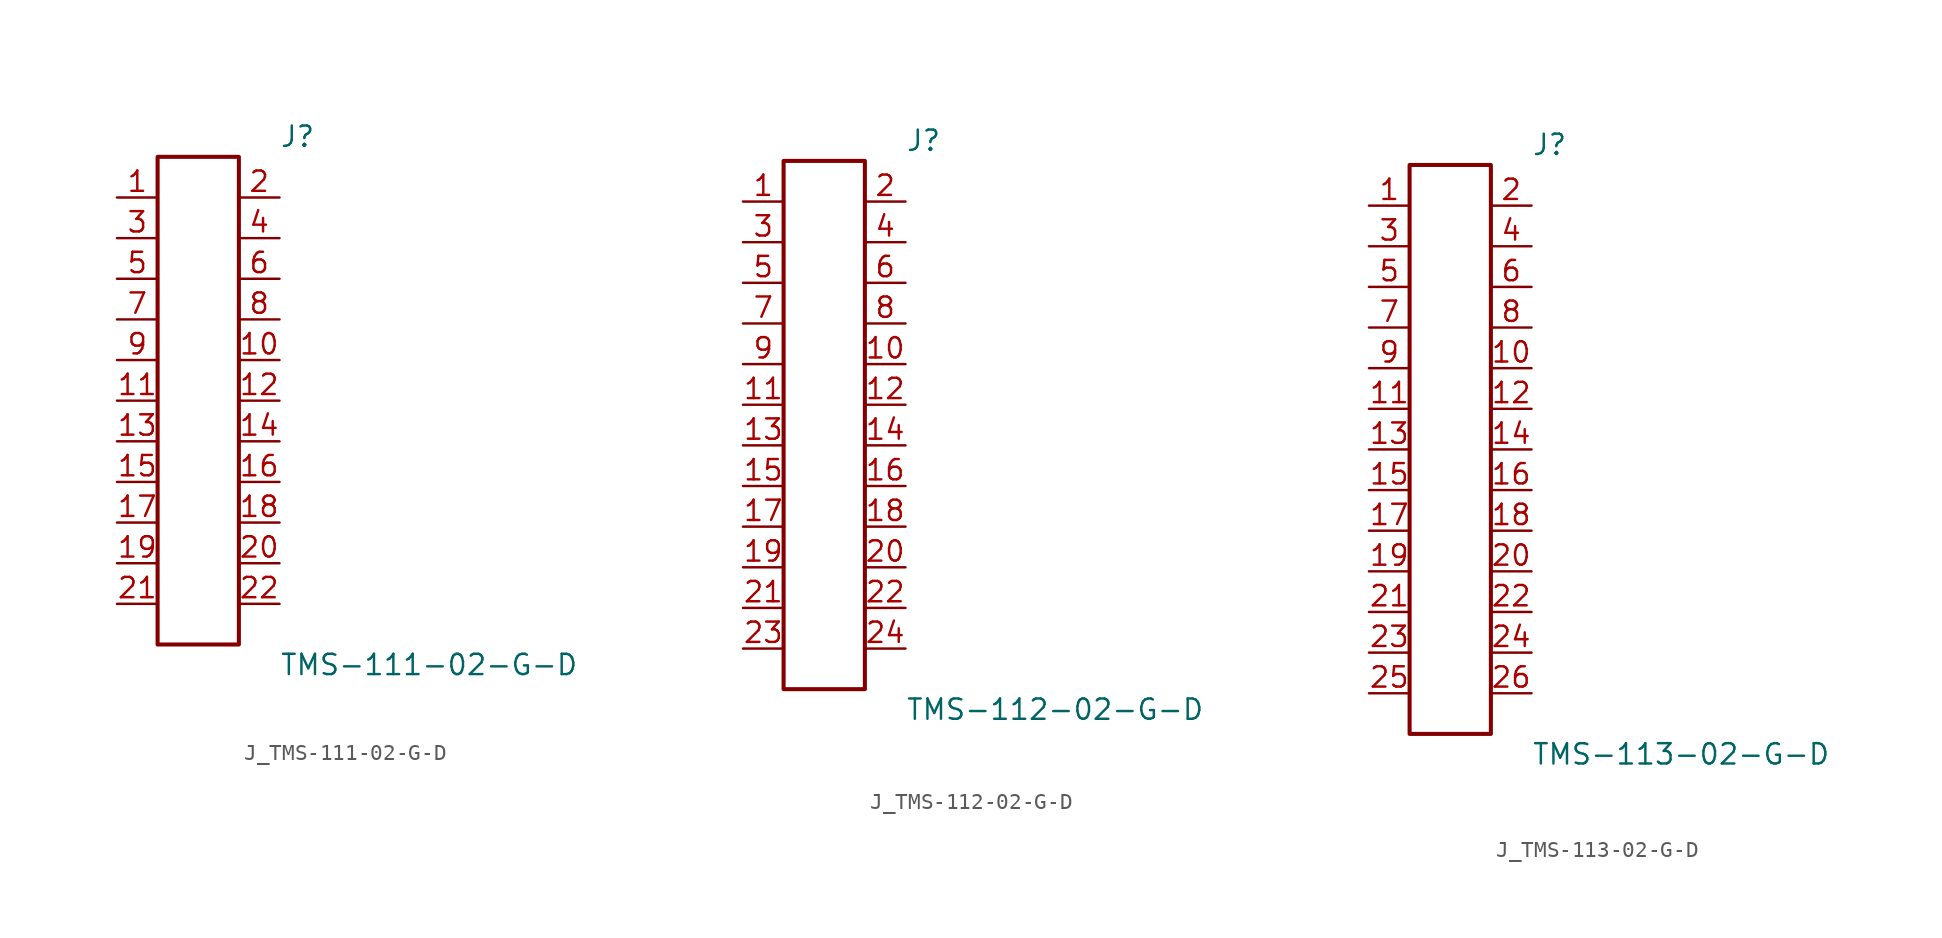
<source format=kicad_sym>
(kicad_symbol_lib
  (version 20231120)
  (generator kicad_symbol_editor)
  (generator_version 8.0)
  (symbol "J_TMS-111-02-G-D"
    (pin_names
      (offset 0.254))
    (property "Reference" "J"
      (at 5.08 16.51 0)
      (effects (font (size 1.27 1.27)) (justify left)))
    (property "Value" "TMS-111-02-G-D"
      (at 5.08 -16.51 0)
      (effects (font (size 1.27 1.27)) (justify left)))
    (symbol "J_TMS-111-02-G-D_0_0"
      (pin unspecified line (at -5.08 12.7 0) (length 2.54) (name "" (effects (font (size 1.27 1.27)))) (number "1" (effects (font (size 1.27 1.27)))))
      (pin unspecified line (at 5.08 12.7 180) (length 2.54) (name "" (effects (font (size 1.27 1.27)))) (number "2" (effects (font (size 1.27 1.27)))))
      (pin unspecified line (at -5.08 10.16 0) (length 2.54) (name "" (effects (font (size 1.27 1.27)))) (number "3" (effects (font (size 1.27 1.27)))))
      (pin unspecified line (at 5.08 10.16 180) (length 2.54) (name "" (effects (font (size 1.27 1.27)))) (number "4" (effects (font (size 1.27 1.27)))))
      (pin unspecified line (at -5.08 7.62 0) (length 2.54) (name "" (effects (font (size 1.27 1.27)))) (number "5" (effects (font (size 1.27 1.27)))))
      (pin unspecified line (at 5.08 7.62 180) (length 2.54) (name "" (effects (font (size 1.27 1.27)))) (number "6" (effects (font (size 1.27 1.27)))))
      (pin unspecified line (at -5.08 5.08 0) (length 2.54) (name "" (effects (font (size 1.27 1.27)))) (number "7" (effects (font (size 1.27 1.27)))))
      (pin unspecified line (at 5.08 5.08 180) (length 2.54) (name "" (effects (font (size 1.27 1.27)))) (number "8" (effects (font (size 1.27 1.27)))))
      (pin unspecified line (at -5.08 2.54 0) (length 2.54) (name "" (effects (font (size 1.27 1.27)))) (number "9" (effects (font (size 1.27 1.27)))))
      (pin unspecified line (at 5.08 2.54 180) (length 2.54) (name "" (effects (font (size 1.27 1.27)))) (number "10" (effects (font (size 1.27 1.27)))))
      (pin unspecified line (at -5.08 0.0 0) (length 2.54) (name "" (effects (font (size 1.27 1.27)))) (number "11" (effects (font (size 1.27 1.27)))))
      (pin unspecified line (at 5.08 0.0 180) (length 2.54) (name "" (effects (font (size 1.27 1.27)))) (number "12" (effects (font (size 1.27 1.27)))))
      (pin unspecified line (at -5.08 -2.54 0) (length 2.54) (name "" (effects (font (size 1.27 1.27)))) (number "13" (effects (font (size 1.27 1.27)))))
      (pin unspecified line (at 5.08 -2.54 180) (length 2.54) (name "" (effects (font (size 1.27 1.27)))) (number "14" (effects (font (size 1.27 1.27)))))
      (pin unspecified line (at -5.08 -5.08 0) (length 2.54) (name "" (effects (font (size 1.27 1.27)))) (number "15" (effects (font (size 1.27 1.27)))))
      (pin unspecified line (at 5.08 -5.08 180) (length 2.54) (name "" (effects (font (size 1.27 1.27)))) (number "16" (effects (font (size 1.27 1.27)))))
      (pin unspecified line (at -5.08 -7.62 0) (length 2.54) (name "" (effects (font (size 1.27 1.27)))) (number "17" (effects (font (size 1.27 1.27)))))
      (pin unspecified line (at 5.08 -7.62 180) (length 2.54) (name "" (effects (font (size 1.27 1.27)))) (number "18" (effects (font (size 1.27 1.27)))))
      (pin unspecified line (at -5.08 -10.16 0) (length 2.54) (name "" (effects (font (size 1.27 1.27)))) (number "19" (effects (font (size 1.27 1.27)))))
      (pin unspecified line (at 5.08 -10.16 180) (length 2.54) (name "" (effects (font (size 1.27 1.27)))) (number "20" (effects (font (size 1.27 1.27)))))
      (pin unspecified line (at -5.08 -12.7 0) (length 2.54) (name "" (effects (font (size 1.27 1.27)))) (number "21" (effects (font (size 1.27 1.27)))))
      (pin unspecified line (at 5.08 -12.7 180) (length 2.54) (name "" (effects (font (size 1.27 1.27)))) (number "22" (effects (font (size 1.27 1.27))))))
    (symbol "J_TMS-111-02-G-D_1_0"
      (rectangle (start -2.54 15.24) (end 2.54 -15.24) (stroke (width 0.254) (type solid)) (fill (type none)))))
  (symbol "J_TMS-112-02-G-D"
    (pin_names
      (offset 0.254))
    (property "Reference" "J"
      (at 5.08 17.78 0)
      (effects (font (size 1.27 1.27)) (justify left)))
    (property "Value" "TMS-112-02-G-D"
      (at 5.08 -17.78 0)
      (effects (font (size 1.27 1.27)) (justify left)))
    (symbol "J_TMS-112-02-G-D_0_0"
      (pin unspecified line (at -5.08 13.97 0) (length 2.54) (name "" (effects (font (size 1.27 1.27)))) (number "1" (effects (font (size 1.27 1.27)))))
      (pin unspecified line (at 5.08 13.97 180) (length 2.54) (name "" (effects (font (size 1.27 1.27)))) (number "2" (effects (font (size 1.27 1.27)))))
      (pin unspecified line (at -5.08 11.43 0) (length 2.54) (name "" (effects (font (size 1.27 1.27)))) (number "3" (effects (font (size 1.27 1.27)))))
      (pin unspecified line (at 5.08 11.43 180) (length 2.54) (name "" (effects (font (size 1.27 1.27)))) (number "4" (effects (font (size 1.27 1.27)))))
      (pin unspecified line (at -5.08 8.89 0) (length 2.54) (name "" (effects (font (size 1.27 1.27)))) (number "5" (effects (font (size 1.27 1.27)))))
      (pin unspecified line (at 5.08 8.89 180) (length 2.54) (name "" (effects (font (size 1.27 1.27)))) (number "6" (effects (font (size 1.27 1.27)))))
      (pin unspecified line (at -5.08 6.35 0) (length 2.54) (name "" (effects (font (size 1.27 1.27)))) (number "7" (effects (font (size 1.27 1.27)))))
      (pin unspecified line (at 5.08 6.35 180) (length 2.54) (name "" (effects (font (size 1.27 1.27)))) (number "8" (effects (font (size 1.27 1.27)))))
      (pin unspecified line (at -5.08 3.81 0) (length 2.54) (name "" (effects (font (size 1.27 1.27)))) (number "9" (effects (font (size 1.27 1.27)))))
      (pin unspecified line (at 5.08 3.81 180) (length 2.54) (name "" (effects (font (size 1.27 1.27)))) (number "10" (effects (font (size 1.27 1.27)))))
      (pin unspecified line (at -5.08 1.27 0) (length 2.54) (name "" (effects (font (size 1.27 1.27)))) (number "11" (effects (font (size 1.27 1.27)))))
      (pin unspecified line (at 5.08 1.27 180) (length 2.54) (name "" (effects (font (size 1.27 1.27)))) (number "12" (effects (font (size 1.27 1.27)))))
      (pin unspecified line (at -5.08 -1.27 0) (length 2.54) (name "" (effects (font (size 1.27 1.27)))) (number "13" (effects (font (size 1.27 1.27)))))
      (pin unspecified line (at 5.08 -1.27 180) (length 2.54) (name "" (effects (font (size 1.27 1.27)))) (number "14" (effects (font (size 1.27 1.27)))))
      (pin unspecified line (at -5.08 -3.81 0) (length 2.54) (name "" (effects (font (size 1.27 1.27)))) (number "15" (effects (font (size 1.27 1.27)))))
      (pin unspecified line (at 5.08 -3.81 180) (length 2.54) (name "" (effects (font (size 1.27 1.27)))) (number "16" (effects (font (size 1.27 1.27)))))
      (pin unspecified line (at -5.08 -6.35 0) (length 2.54) (name "" (effects (font (size 1.27 1.27)))) (number "17" (effects (font (size 1.27 1.27)))))
      (pin unspecified line (at 5.08 -6.35 180) (length 2.54) (name "" (effects (font (size 1.27 1.27)))) (number "18" (effects (font (size 1.27 1.27)))))
      (pin unspecified line (at -5.08 -8.89 0) (length 2.54) (name "" (effects (font (size 1.27 1.27)))) (number "19" (effects (font (size 1.27 1.27)))))
      (pin unspecified line (at 5.08 -8.89 180) (length 2.54) (name "" (effects (font (size 1.27 1.27)))) (number "20" (effects (font (size 1.27 1.27)))))
      (pin unspecified line (at -5.08 -11.43 0) (length 2.54) (name "" (effects (font (size 1.27 1.27)))) (number "21" (effects (font (size 1.27 1.27)))))
      (pin unspecified line (at 5.08 -11.43 180) (length 2.54) (name "" (effects (font (size 1.27 1.27)))) (number "22" (effects (font (size 1.27 1.27)))))
      (pin unspecified line (at -5.08 -13.97 0) (length 2.54) (name "" (effects (font (size 1.27 1.27)))) (number "23" (effects (font (size 1.27 1.27)))))
      (pin unspecified line (at 5.08 -13.97 180) (length 2.54) (name "" (effects (font (size 1.27 1.27)))) (number "24" (effects (font (size 1.27 1.27))))))
    (symbol "J_TMS-112-02-G-D_1_0"
      (rectangle (start -2.54 16.51) (end 2.54 -16.51) (stroke (width 0.254) (type solid)) (fill (type none)))))
  (symbol "J_TMS-113-02-G-D"
    (pin_names
      (offset 0.254))
    (property "Reference" "J"
      (at 5.08 19.05 0)
      (effects (font (size 1.27 1.27)) (justify left)))
    (property "Value" "TMS-113-02-G-D"
      (at 5.08 -19.05 0)
      (effects (font (size 1.27 1.27)) (justify left)))
    (symbol "J_TMS-113-02-G-D_0_0"
      (pin unspecified line (at -5.08 15.24 0) (length 2.54) (name "" (effects (font (size 1.27 1.27)))) (number "1" (effects (font (size 1.27 1.27)))))
      (pin unspecified line (at 5.08 15.24 180) (length 2.54) (name "" (effects (font (size 1.27 1.27)))) (number "2" (effects (font (size 1.27 1.27)))))
      (pin unspecified line (at -5.08 12.7 0) (length 2.54) (name "" (effects (font (size 1.27 1.27)))) (number "3" (effects (font (size 1.27 1.27)))))
      (pin unspecified line (at 5.08 12.7 180) (length 2.54) (name "" (effects (font (size 1.27 1.27)))) (number "4" (effects (font (size 1.27 1.27)))))
      (pin unspecified line (at -5.08 10.16 0) (length 2.54) (name "" (effects (font (size 1.27 1.27)))) (number "5" (effects (font (size 1.27 1.27)))))
      (pin unspecified line (at 5.08 10.16 180) (length 2.54) (name "" (effects (font (size 1.27 1.27)))) (number "6" (effects (font (size 1.27 1.27)))))
      (pin unspecified line (at -5.08 7.62 0) (length 2.54) (name "" (effects (font (size 1.27 1.27)))) (number "7" (effects (font (size 1.27 1.27)))))
      (pin unspecified line (at 5.08 7.62 180) (length 2.54) (name "" (effects (font (size 1.27 1.27)))) (number "8" (effects (font (size 1.27 1.27)))))
      (pin unspecified line (at -5.08 5.08 0) (length 2.54) (name "" (effects (font (size 1.27 1.27)))) (number "9" (effects (font (size 1.27 1.27)))))
      (pin unspecified line (at 5.08 5.08 180) (length 2.54) (name "" (effects (font (size 1.27 1.27)))) (number "10" (effects (font (size 1.27 1.27)))))
      (pin unspecified line (at -5.08 2.54 0) (length 2.54) (name "" (effects (font (size 1.27 1.27)))) (number "11" (effects (font (size 1.27 1.27)))))
      (pin unspecified line (at 5.08 2.54 180) (length 2.54) (name "" (effects (font (size 1.27 1.27)))) (number "12" (effects (font (size 1.27 1.27)))))
      (pin unspecified line (at -5.08 0.0 0) (length 2.54) (name "" (effects (font (size 1.27 1.27)))) (number "13" (effects (font (size 1.27 1.27)))))
      (pin unspecified line (at 5.08 0.0 180) (length 2.54) (name "" (effects (font (size 1.27 1.27)))) (number "14" (effects (font (size 1.27 1.27)))))
      (pin unspecified line (at -5.08 -2.54 0) (length 2.54) (name "" (effects (font (size 1.27 1.27)))) (number "15" (effects (font (size 1.27 1.27)))))
      (pin unspecified line (at 5.08 -2.54 180) (length 2.54) (name "" (effects (font (size 1.27 1.27)))) (number "16" (effects (font (size 1.27 1.27)))))
      (pin unspecified line (at -5.08 -5.08 0) (length 2.54) (name "" (effects (font (size 1.27 1.27)))) (number "17" (effects (font (size 1.27 1.27)))))
      (pin unspecified line (at 5.08 -5.08 180) (length 2.54) (name "" (effects (font (size 1.27 1.27)))) (number "18" (effects (font (size 1.27 1.27)))))
      (pin unspecified line (at -5.08 -7.62 0) (length 2.54) (name "" (effects (font (size 1.27 1.27)))) (number "19" (effects (font (size 1.27 1.27)))))
      (pin unspecified line (at 5.08 -7.62 180) (length 2.54) (name "" (effects (font (size 1.27 1.27)))) (number "20" (effects (font (size 1.27 1.27)))))
      (pin unspecified line (at -5.08 -10.16 0) (length 2.54) (name "" (effects (font (size 1.27 1.27)))) (number "21" (effects (font (size 1.27 1.27)))))
      (pin unspecified line (at 5.08 -10.16 180) (length 2.54) (name "" (effects (font (size 1.27 1.27)))) (number "22" (effects (font (size 1.27 1.27)))))
      (pin unspecified line (at -5.08 -12.7 0) (length 2.54) (name "" (effects (font (size 1.27 1.27)))) (number "23" (effects (font (size 1.27 1.27)))))
      (pin unspecified line (at 5.08 -12.7 180) (length 2.54) (name "" (effects (font (size 1.27 1.27)))) (number "24" (effects (font (size 1.27 1.27)))))
      (pin unspecified line (at -5.08 -15.24 0) (length 2.54) (name "" (effects (font (size 1.27 1.27)))) (number "25" (effects (font (size 1.27 1.27)))))
      (pin unspecified line (at 5.08 -15.24 180) (length 2.54) (name "" (effects (font (size 1.27 1.27)))) (number "26" (effects (font (size 1.27 1.27))))))
    (symbol "J_TMS-113-02-G-D_1_0"
      (rectangle (start -2.54 17.78) (end 2.54 -17.78) (stroke (width 0.254) (type solid)) (fill (type none))))))
</source>
